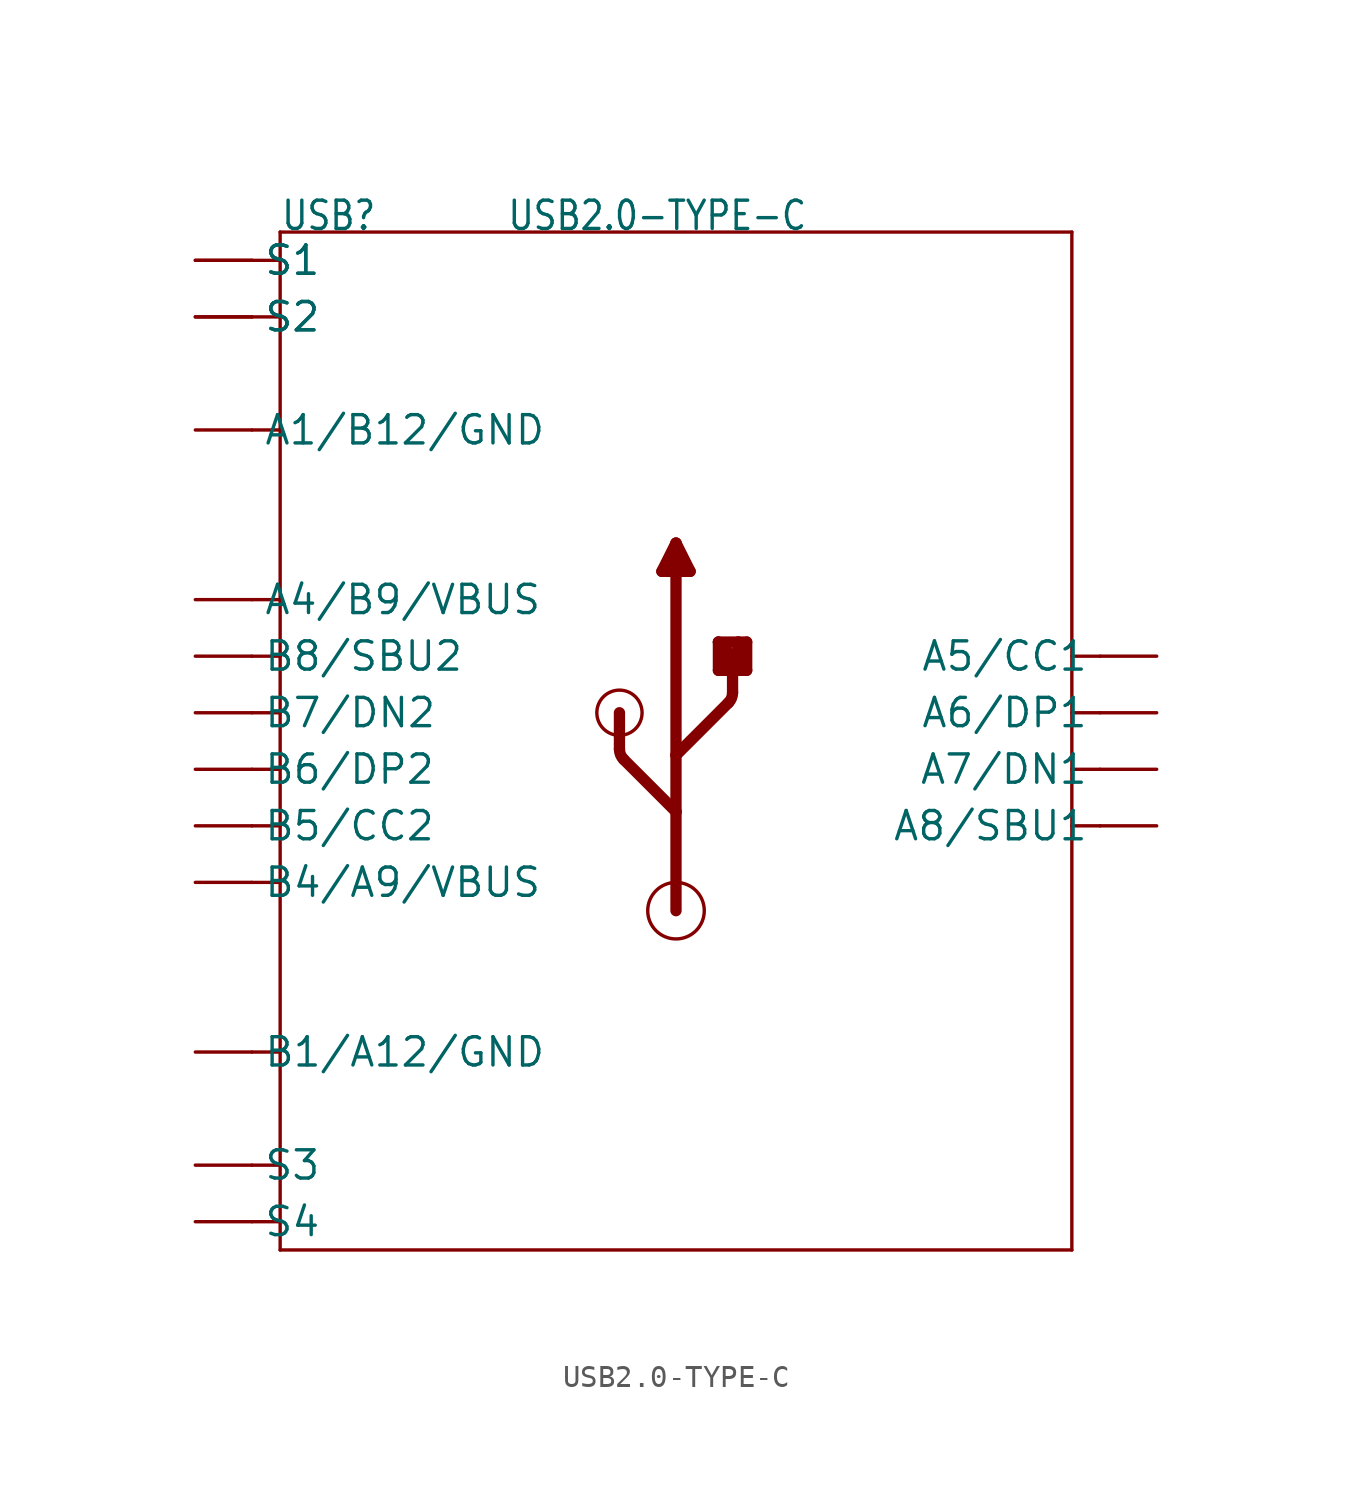
<source format=kicad_sym>
(kicad_symbol_lib
  (version 20211014)
  (generator kicad_symbol_editor)
  (symbol "USB2.0-TYPE-C"
    (property "Reference" "USB"
      (at -17.78 22.86 0)
      (effects (font (size 1.27 1.079)) (justify left bottom)))
    (property "Value" "USB2.0-TYPE-C"
      (at -7.62 22.86 0)
      (effects (font (size 1.27 1.079)) (justify left bottom)))
    (property "ki_locked" ""
      (at 0 0 0)
      (effects (font (size 1.27 1.27))))
    (symbol "USB2.0-TYPE-C_1_0"
      (arc (start -2.54 -0.3719) (mid -2.4917 -0.6149) (end -2.354 -0.8209) (stroke (width 0.508) (type default) (color 0 0 0 0)) (fill (type none)))
      (circle (center -2.54 1.27) (radius 1.016) (stroke (width 0) (type default) (color 0 0 0 0)) (fill (type none)))
      (circle (center 0 -7.62) (radius 1.27) (stroke (width 0) (type default) (color 0 0 0 0)) (fill (type none)))
      (polyline (pts (xy -19.05 -21.59) (xy -17.78 -21.59)) (stroke (width 0.152) (type default) (color 0 0 0 0)) (fill (type none)))
      (polyline (pts (xy -19.05 -19.05) (xy -17.78 -19.05)) (stroke (width 0.152) (type default) (color 0 0 0 0)) (fill (type none)))
      (polyline (pts (xy -19.05 -13.97) (xy -17.78 -13.97)) (stroke (width 0.152) (type default) (color 0 0 0 0)) (fill (type none)))
      (polyline (pts (xy -19.05 -6.35) (xy -17.78 -6.35)) (stroke (width 0.152) (type default) (color 0 0 0 0)) (fill (type none)))
      (polyline (pts (xy -19.05 -3.81) (xy -17.78 -3.81)) (stroke (width 0.152) (type default) (color 0 0 0 0)) (fill (type none)))
      (polyline (pts (xy -19.05 -1.27) (xy -17.78 -1.27)) (stroke (width 0.152) (type default) (color 0 0 0 0)) (fill (type none)))
      (polyline (pts (xy -19.05 1.27) (xy -17.78 1.27)) (stroke (width 0.152) (type default) (color 0 0 0 0)) (fill (type none)))
      (polyline (pts (xy -19.05 3.81) (xy -17.78 3.81)) (stroke (width 0.152) (type default) (color 0 0 0 0)) (fill (type none)))
      (polyline (pts (xy -19.05 6.35) (xy -17.78 6.35)) (stroke (width 0.152) (type default) (color 0 0 0 0)) (fill (type none)))
      (polyline (pts (xy -19.05 13.97) (xy -17.78 13.97)) (stroke (width 0.152) (type default) (color 0 0 0 0)) (fill (type none)))
      (polyline (pts (xy -19.05 19.05) (xy -17.78 19.05)) (stroke (width 0.152) (type default) (color 0 0 0 0)) (fill (type none)))
      (polyline (pts (xy -19.05 21.59) (xy -17.78 21.59)) (stroke (width 0.152) (type default) (color 0 0 0 0)) (fill (type none)))
      (polyline (pts (xy -17.78 -22.86) (xy -17.78 -21.59)) (stroke (width 0.152) (type default) (color 0 0 0 0)) (fill (type none)))
      (polyline (pts (xy -17.78 -21.59) (xy -17.78 -19.05)) (stroke (width 0.152) (type default) (color 0 0 0 0)) (fill (type none)))
      (polyline (pts (xy -17.78 -19.05) (xy -17.78 6.35)) (stroke (width 0.152) (type default) (color 0 0 0 0)) (fill (type none)))
      (polyline (pts (xy -17.78 6.35) (xy -17.78 13.97)) (stroke (width 0.152) (type default) (color 0 0 0 0)) (fill (type none)))
      (polyline (pts (xy -17.78 13.97) (xy -17.78 19.05)) (stroke (width 0.152) (type default) (color 0 0 0 0)) (fill (type none)))
      (polyline (pts (xy -17.78 19.05) (xy -17.78 21.59)) (stroke (width 0.152) (type default) (color 0 0 0 0)) (fill (type none)))
      (polyline (pts (xy -17.78 21.59) (xy -17.78 22.86)) (stroke (width 0.152) (type default) (color 0 0 0 0)) (fill (type none)))
      (polyline (pts (xy -17.78 22.86) (xy 17.78 22.86)) (stroke (width 0.152) (type default) (color 0 0 0 0)) (fill (type none)))
      (polyline (pts (xy -2.54 -0.372) (xy -2.54 1.27)) (stroke (width 0.508) (type default) (color 0 0 0 0)) (fill (type none)))
      (polyline (pts (xy -0.635 7.62) (xy 0.635 7.62)) (stroke (width 0.508) (type default) (color 0 0 0 0)) (fill (type none)))
      (polyline (pts (xy 0 -7.62) (xy 0 -3.175)) (stroke (width 0.508) (type default) (color 0 0 0 0)) (fill (type none)))
      (polyline (pts (xy 0 -3.175) (xy -2.354 -0.821)) (stroke (width 0.508) (type default) (color 0 0 0 0)) (fill (type none)))
      (polyline (pts (xy 0 -3.175) (xy 0 -0.635)) (stroke (width 0.508) (type default) (color 0 0 0 0)) (fill (type none)))
      (polyline (pts (xy 0 -0.635) (xy 0 8.89)) (stroke (width 0.508) (type default) (color 0 0 0 0)) (fill (type none)))
      (polyline (pts (xy 0 -0.635) (xy 2.354 1.719)) (stroke (width 0.508) (type default) (color 0 0 0 0)) (fill (type none)))
      (polyline (pts (xy 0 8.89) (xy -0.635 7.62)) (stroke (width 0.508) (type default) (color 0 0 0 0)) (fill (type none)))
      (polyline (pts (xy 0.635 7.62) (xy 0 8.89)) (stroke (width 0.508) (type default) (color 0 0 0 0)) (fill (type none)))
      (polyline (pts (xy 1.905 3.175) (xy 1.905 4.445)) (stroke (width 0.508) (type default) (color 0 0 0 0)) (fill (type none)))
      (polyline (pts (xy 1.905 4.445) (xy 2.794 4.445)) (stroke (width 0.508) (type default) (color 0 0 0 0)) (fill (type none)))
      (polyline (pts (xy 2.159 3.302) (xy 2.159 3.81)) (stroke (width 0.508) (type default) (color 0 0 0 0)) (fill (type none)))
      (polyline (pts (xy 2.54 2.168) (xy 2.54 3.81)) (stroke (width 0.508) (type default) (color 0 0 0 0)) (fill (type none)))
      (polyline (pts (xy 2.54 3.81) (xy 1.905 4.445)) (stroke (width 0.508) (type default) (color 0 0 0 0)) (fill (type none)))
      (polyline (pts (xy 2.794 3.302) (xy 2.159 3.302)) (stroke (width 0.508) (type default) (color 0 0 0 0)) (fill (type none)))
      (polyline (pts (xy 2.794 4.445) (xy 2.794 3.302)) (stroke (width 0.508) (type default) (color 0 0 0 0)) (fill (type none)))
      (polyline (pts (xy 2.794 4.445) (xy 3.175 4.445)) (stroke (width 0.508) (type default) (color 0 0 0 0)) (fill (type none)))
      (polyline (pts (xy 3.175 3.175) (xy 1.905 3.175)) (stroke (width 0.508) (type default) (color 0 0 0 0)) (fill (type none)))
      (polyline (pts (xy 3.175 4.445) (xy 3.175 3.175)) (stroke (width 0.508) (type default) (color 0 0 0 0)) (fill (type none)))
      (polyline (pts (xy 17.78 -22.86) (xy -17.78 -22.86)) (stroke (width 0.152) (type default) (color 0 0 0 0)) (fill (type none)))
      (polyline (pts (xy 17.78 22.86) (xy 17.78 -22.86)) (stroke (width 0.152) (type default) (color 0 0 0 0)) (fill (type none)))
      (polyline (pts (xy 19.05 -3.81) (xy 17.78 -3.81)) (stroke (width 0.152) (type default) (color 0 0 0 0)) (fill (type none)))
      (polyline (pts (xy 19.05 -1.27) (xy 17.78 -1.27)) (stroke (width 0.152) (type default) (color 0 0 0 0)) (fill (type none)))
      (polyline (pts (xy 19.05 1.27) (xy 17.78 1.27)) (stroke (width 0.152) (type default) (color 0 0 0 0)) (fill (type none)))
      (polyline (pts (xy 19.05 3.81) (xy 17.78 3.81)) (stroke (width 0.152) (type default) (color 0 0 0 0)) (fill (type none)))
      (arc (start 2.354 1.719) (mid 2.4916 1.925) (end 2.54 2.168) (stroke (width 0.508) (type default) (color 0 0 0 0)) (fill (type none)))
      (pin bidirectional line (at -21.59 13.97 0) (length 2.54) (name "A1/B12/GND" (effects (font (size 1.27 1.27)))) (number "A1_B12" (effects (font (size 0 0)))))
      (pin bidirectional line (at -21.59 6.35 0) (length 2.54) (name "A4/B9/VBUS" (effects (font (size 1.27 1.27)))) (number "A4_B9" (effects (font (size 0 0)))))
      (pin bidirectional line (at 21.59 3.81 180) (length 2.54) (name "A5/CC1" (effects (font (size 1.27 1.27)))) (number "A5" (effects (font (size 0 0)))))
      (pin bidirectional line (at 21.59 1.27 180) (length 2.54) (name "A6/DP1" (effects (font (size 1.27 1.27)))) (number "A6" (effects (font (size 0 0)))))
      (pin bidirectional line (at 21.59 -1.27 180) (length 2.54) (name "A7/DN1" (effects (font (size 1.27 1.27)))) (number "A7" (effects (font (size 0 0)))))
      (pin bidirectional line (at 21.59 -3.81 180) (length 2.54) (name "A8/SBU1" (effects (font (size 1.27 1.27)))) (number "A8" (effects (font (size 0 0)))))
      (pin bidirectional line (at -21.59 -13.97 0) (length 2.54) (name "B1/A12/GND" (effects (font (size 1.27 1.27)))) (number "B1_A12" (effects (font (size 0 0)))))
      (pin bidirectional line (at -21.59 -6.35 0) (length 2.54) (name "B4/A9/VBUS" (effects (font (size 1.27 1.27)))) (number "B4_A9" (effects (font (size 0 0)))))
      (pin bidirectional line (at -21.59 -3.81 0) (length 2.54) (name "B5/CC2" (effects (font (size 1.27 1.27)))) (number "B5" (effects (font (size 0 0)))))
      (pin bidirectional line (at -21.59 -1.27 0) (length 2.54) (name "B6/DP2" (effects (font (size 1.27 1.27)))) (number "B6" (effects (font (size 0 0)))))
      (pin bidirectional line (at -21.59 1.27 0) (length 2.54) (name "B7/DN2" (effects (font (size 1.27 1.27)))) (number "B7" (effects (font (size 0 0)))))
      (pin bidirectional line (at -21.59 3.81 0) (length 2.54) (name "B8/SBU2" (effects (font (size 1.27 1.27)))) (number "B8" (effects (font (size 0 0)))))
      (pin bidirectional line (at -21.59 21.59 0) (length 2.54) (name "S1" (effects (font (size 1.27 1.27)))) (number "S1" (effects (font (size 0 0)))))
      (pin bidirectional line (at -21.59 19.05 0) (length 2.54) (name "S2" (effects (font (size 1.27 1.27)))) (number "S2" (effects (font (size 0 0)))))
      (pin bidirectional line (at -21.59 -19.05 0) (length 2.54) (name "S3" (effects (font (size 1.27 1.27)))) (number "S3" (effects (font (size 0 0)))))
      (pin bidirectional line (at -21.59 -21.59 0) (length 2.54) (name "S4" (effects (font (size 1.27 1.27)))) (number "S4" (effects (font (size 0 0)))))
      (pin bidirectional line (at -21.59 21.59 0) (length 2.54) (name "S1" (effects (font (size 1.27 1.27)))) (number "S5" (effects (font (size 0 0)))))
      (pin bidirectional line (at -21.59 19.05 0) (length 2.54) (name "S2" (effects (font (size 1.27 1.27)))) (number "S6" (effects (font (size 0 0))))))))
</source>
